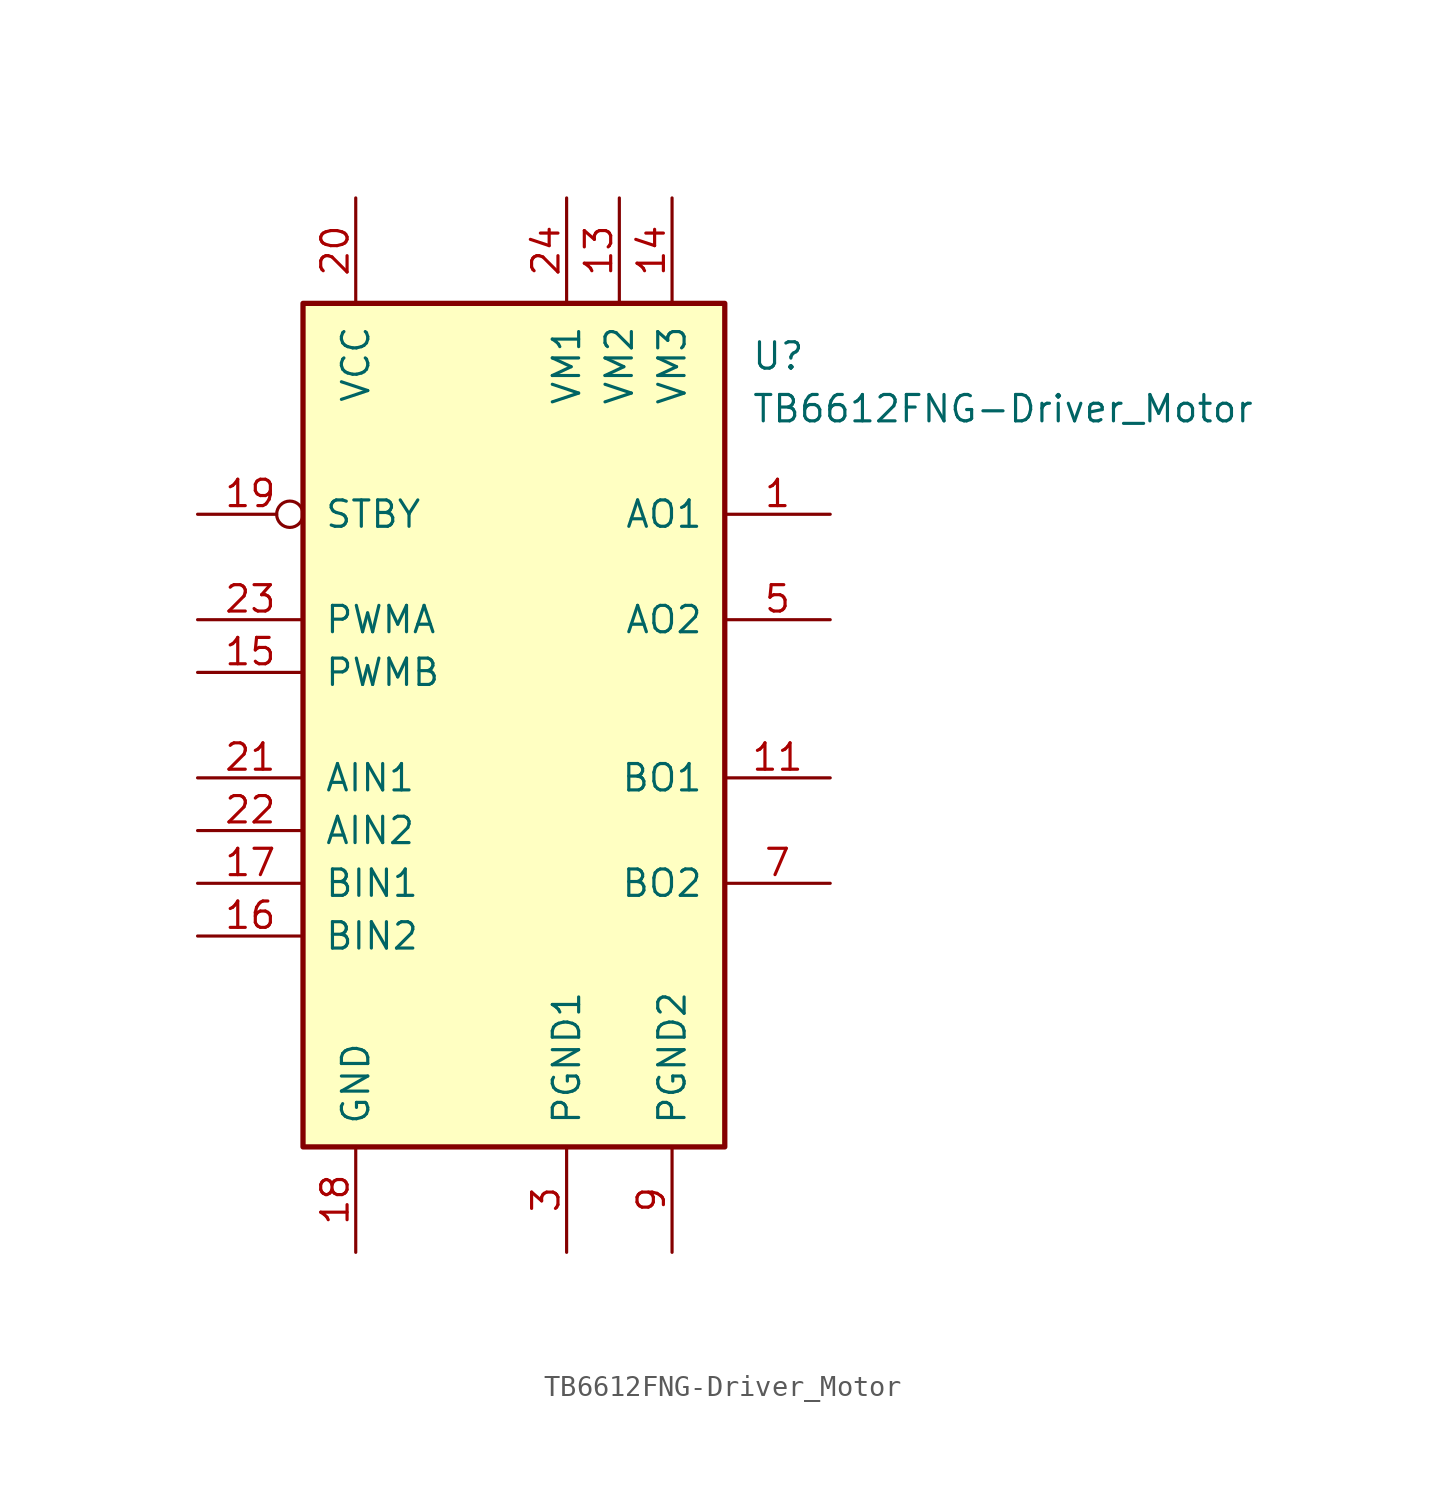
<source format=kicad_sym>
(kicad_symbol_lib
  (version 20220914)
  (generator kicad_symbol_editor)
  (symbol "TB6612FNG-Driver_Motor"
    (pin_names
      (offset 1.016))
    (property "Reference" "U"
      (at 11.43 17.78 0)
      (effects (font (size 1.27 1.27)) (justify left)))
    (property "Value" "TB6612FNG-Driver_Motor"
      (at 11.43 15.24 0)
      (effects (font (size 1.27 1.27)) (justify left)))
    (symbol "TB6612FNG-Driver_Motor_0_1"
      (rectangle (start -10.16 20.32) (end 10.16 -20.32) (stroke (width 0.254) (type solid)) (fill (type background))))
    (symbol "TB6612FNG-Driver_Motor_1_1"
      (pin output line (at 15.24 10.16 180) (length 5.08) (name "AO1" (effects (font (size 1.27 1.27)))) (number "1" (effects (font (size 1.27 1.27)))))
      (pin passive line (at 7.62 -25.4 90) (length 5.08) hide (name "PGND2" (effects (font (size 1.27 1.27)))) (number "10" (effects (font (size 1.27 1.27)))))
      (pin output line (at 15.24 -2.54 180) (length 5.08) (name "BO1" (effects (font (size 1.27 1.27)))) (number "11" (effects (font (size 1.27 1.27)))))
      (pin passive line (at 15.24 -2.54 180) (length 5.08) hide (name "BO1" (effects (font (size 1.27 1.27)))) (number "12" (effects (font (size 1.27 1.27)))))
      (pin power_in line (at 5.08 25.4 270) (length 5.08) (name "VM2" (effects (font (size 1.27 1.27)))) (number "13" (effects (font (size 1.27 1.27)))))
      (pin power_in line (at 7.62 25.4 270) (length 5.08) (name "VM3" (effects (font (size 1.27 1.27)))) (number "14" (effects (font (size 1.27 1.27)))))
      (pin input line (at -15.24 2.54 0) (length 5.08) (name "PWMB" (effects (font (size 1.27 1.27)))) (number "15" (effects (font (size 1.27 1.27)))))
      (pin input line (at -15.24 -10.16 0) (length 5.08) (name "BIN2" (effects (font (size 1.27 1.27)))) (number "16" (effects (font (size 1.27 1.27)))))
      (pin input line (at -15.24 -7.62 0) (length 5.08) (name "BIN1" (effects (font (size 1.27 1.27)))) (number "17" (effects (font (size 1.27 1.27)))))
      (pin power_in line (at -7.62 -25.4 90) (length 5.08) (name "GND" (effects (font (size 1.27 1.27)))) (number "18" (effects (font (size 1.27 1.27)))))
      (pin input inverted (at -15.24 10.16 0) (length 5.08) (name "STBY" (effects (font (size 1.27 1.27)))) (number "19" (effects (font (size 1.27 1.27)))))
      (pin passive line (at 15.24 10.16 180) (length 5.08) hide (name "AO1" (effects (font (size 1.27 1.27)))) (number "2" (effects (font (size 1.27 1.27)))))
      (pin power_in line (at -7.62 25.4 270) (length 5.08) (name "VCC" (effects (font (size 1.27 1.27)))) (number "20" (effects (font (size 1.27 1.27)))))
      (pin input line (at -15.24 -2.54 0) (length 5.08) (name "AIN1" (effects (font (size 1.27 1.27)))) (number "21" (effects (font (size 1.27 1.27)))))
      (pin input line (at -15.24 -5.08 0) (length 5.08) (name "AIN2" (effects (font (size 1.27 1.27)))) (number "22" (effects (font (size 1.27 1.27)))))
      (pin input line (at -15.24 5.08 0) (length 5.08) (name "PWMA" (effects (font (size 1.27 1.27)))) (number "23" (effects (font (size 1.27 1.27)))))
      (pin power_in line (at 2.54 25.4 270) (length 5.08) (name "VM1" (effects (font (size 1.27 1.27)))) (number "24" (effects (font (size 1.27 1.27)))))
      (pin power_in line (at 2.54 -25.4 90) (length 5.08) (name "PGND1" (effects (font (size 1.27 1.27)))) (number "3" (effects (font (size 1.27 1.27)))))
      (pin passive line (at 2.54 -25.4 90) (length 5.08) hide (name "PGND1" (effects (font (size 1.27 1.27)))) (number "4" (effects (font (size 1.27 1.27)))))
      (pin output line (at 15.24 5.08 180) (length 5.08) (name "AO2" (effects (font (size 1.27 1.27)))) (number "5" (effects (font (size 1.27 1.27)))))
      (pin passive line (at 15.24 5.08 180) (length 5.08) hide (name "AO2" (effects (font (size 1.27 1.27)))) (number "6" (effects (font (size 1.27 1.27)))))
      (pin output line (at 15.24 -7.62 180) (length 5.08) (name "BO2" (effects (font (size 1.27 1.27)))) (number "7" (effects (font (size 1.27 1.27)))))
      (pin passive line (at 15.24 -7.62 180) (length 5.08) hide (name "BO2" (effects (font (size 1.27 1.27)))) (number "8" (effects (font (size 1.27 1.27)))))
      (pin power_in line (at 7.62 -25.4 90) (length 5.08) (name "PGND2" (effects (font (size 1.27 1.27)))) (number "9" (effects (font (size 1.27 1.27))))))))
</source>
